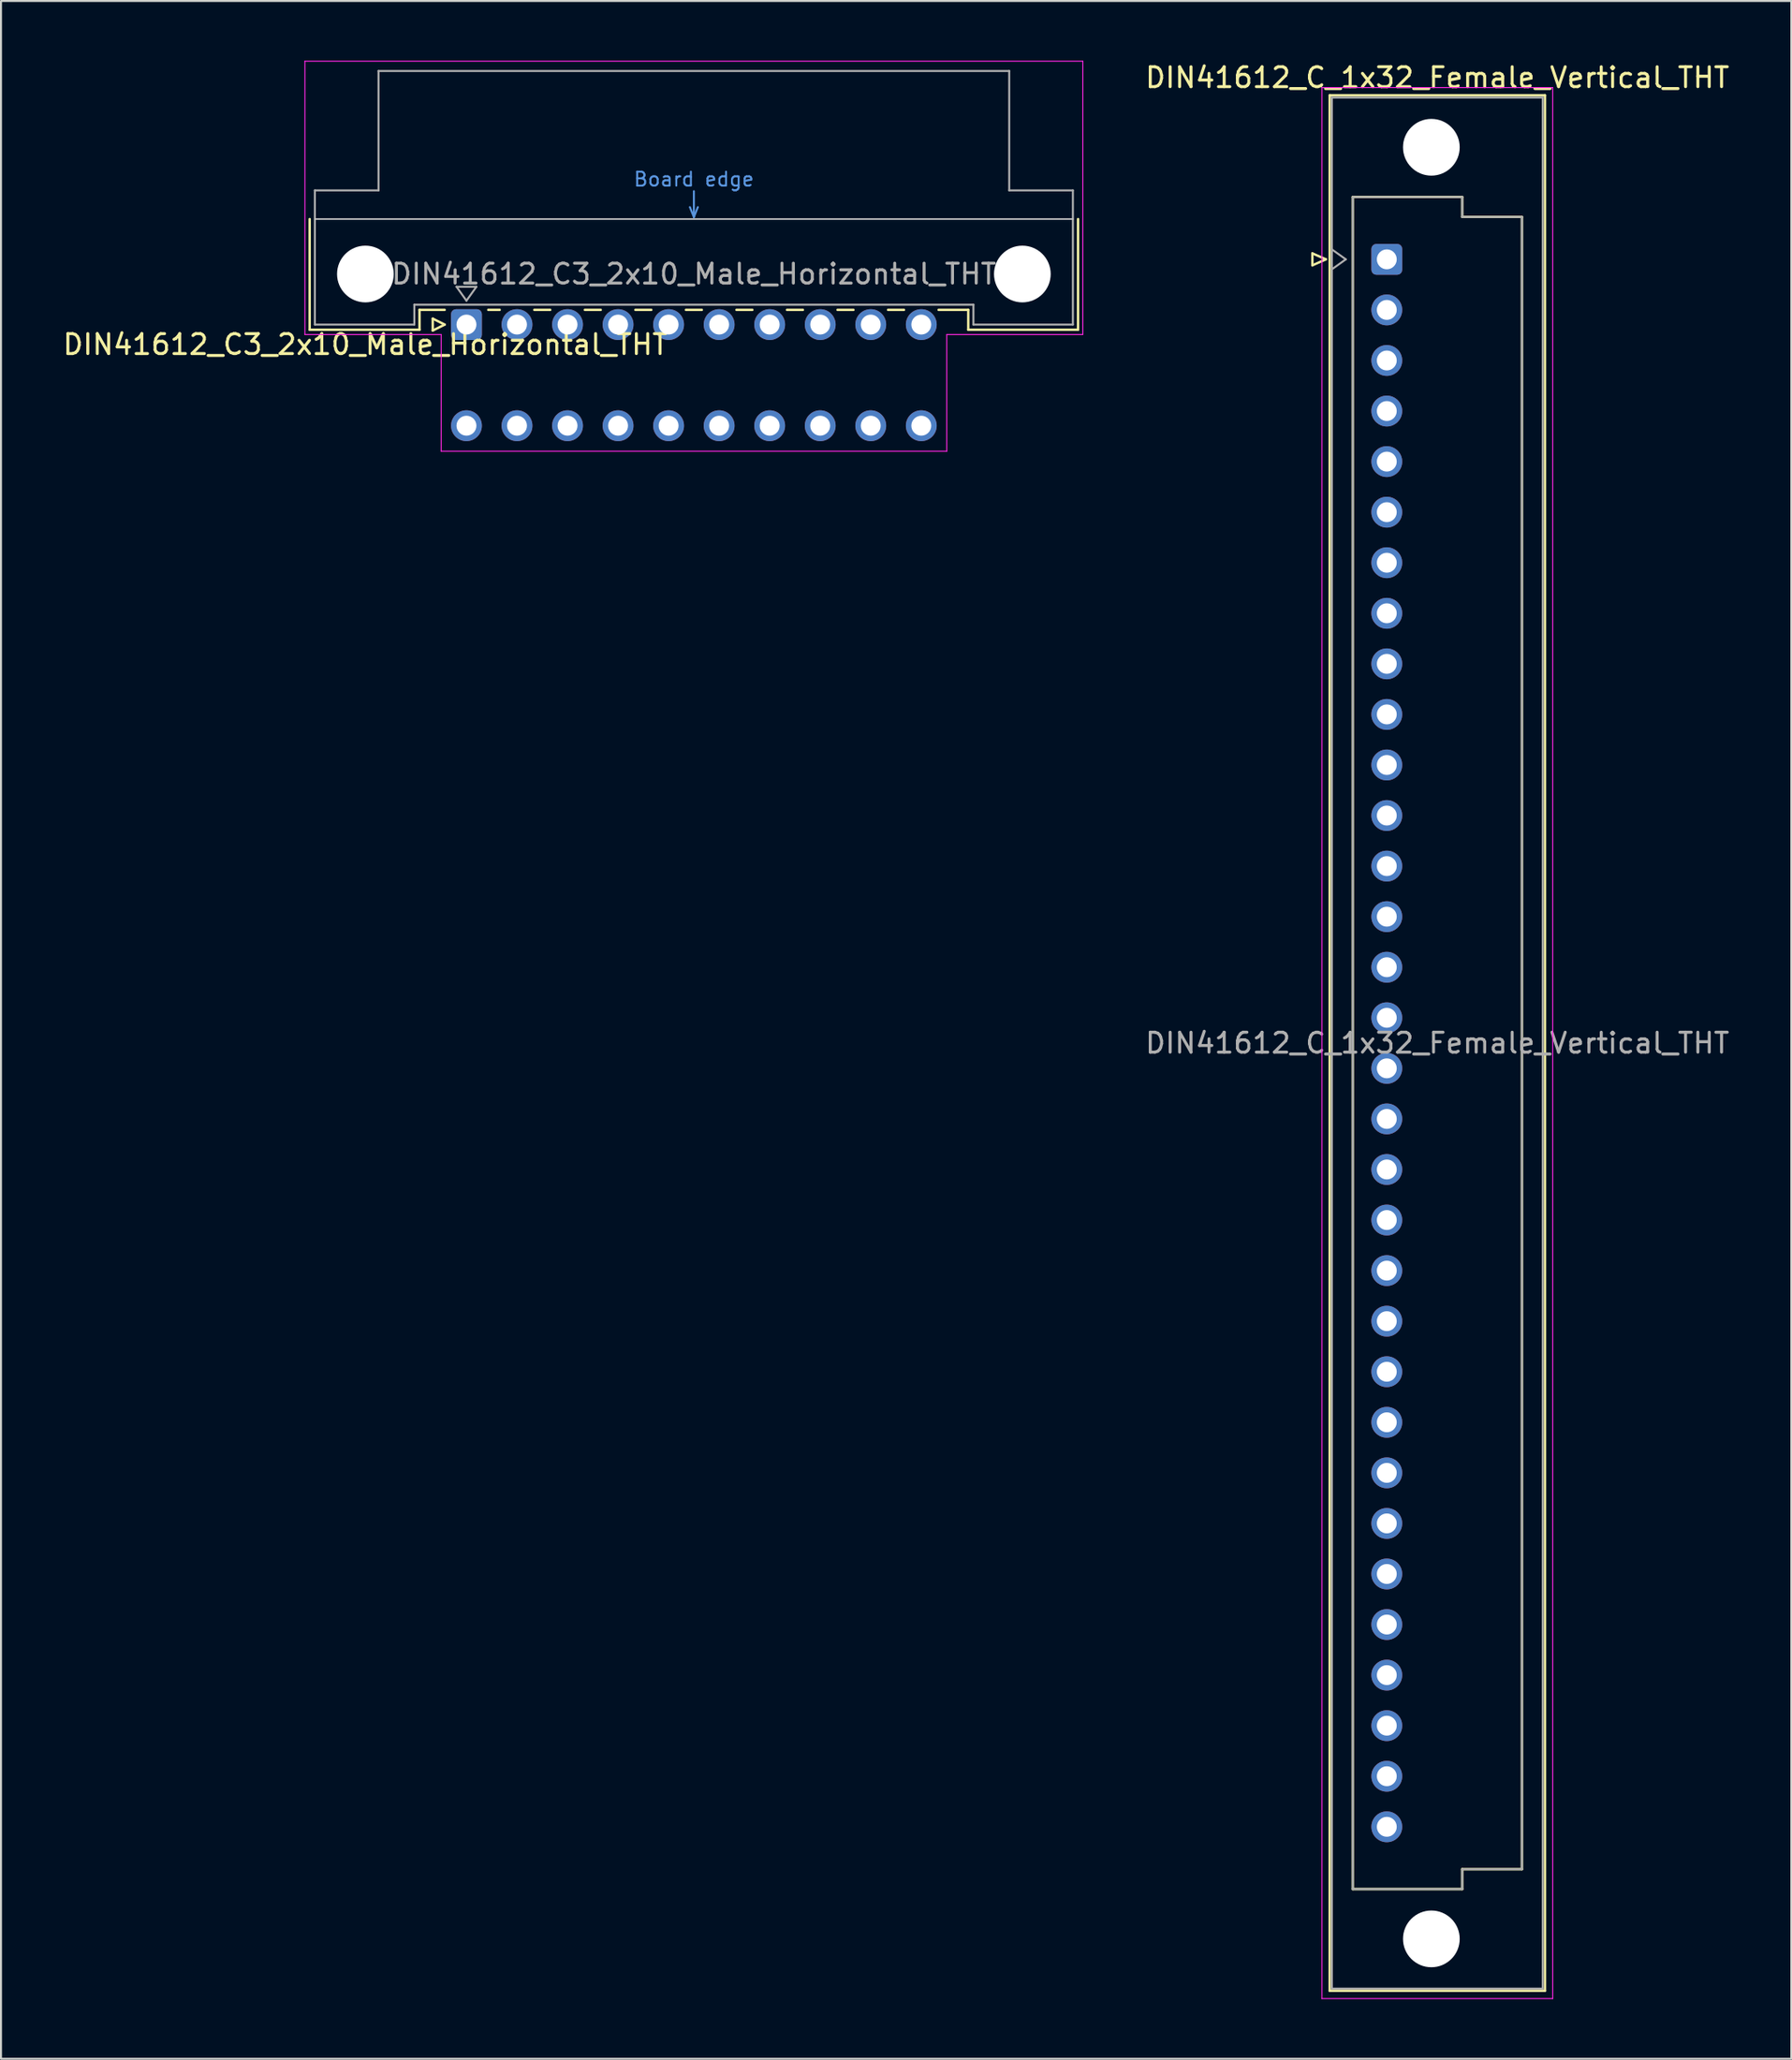
<source format=kicad_pcb>
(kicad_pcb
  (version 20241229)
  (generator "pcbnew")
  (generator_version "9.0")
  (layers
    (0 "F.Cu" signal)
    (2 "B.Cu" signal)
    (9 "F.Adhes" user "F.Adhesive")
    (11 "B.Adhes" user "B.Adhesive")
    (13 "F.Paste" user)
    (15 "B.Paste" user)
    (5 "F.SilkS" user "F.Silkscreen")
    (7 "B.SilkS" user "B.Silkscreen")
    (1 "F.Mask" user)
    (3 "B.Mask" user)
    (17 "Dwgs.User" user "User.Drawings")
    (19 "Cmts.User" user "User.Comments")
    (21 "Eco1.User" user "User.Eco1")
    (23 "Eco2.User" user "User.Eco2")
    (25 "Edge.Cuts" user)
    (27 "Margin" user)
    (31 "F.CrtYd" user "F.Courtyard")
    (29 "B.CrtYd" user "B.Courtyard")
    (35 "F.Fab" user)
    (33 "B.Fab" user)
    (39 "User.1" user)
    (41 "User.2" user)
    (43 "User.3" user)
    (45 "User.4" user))
  (footprint "DIN41612_C3_2x10_Male_Horizontal_THT"
    (layer "F.Cu")
    (at 20.395 13.255)
    (property "Reference" "DIN41612_C3_2x10_Male_Horizontal_THT" (at -5.08 1 0) (layer "F.SilkS") (effects (font (size 1 1) (thickness 0.15))))
    (attr through_hole)
    (fp_line (start -7.88 -5.3) (end -7.88 0.26) (stroke (width 0.12) (type solid)) (layer "F.SilkS"))
    (fp_line (start -7.88 0.26) (end -2.36 0.26) (stroke (width 0.12) (type solid)) (layer "F.SilkS"))
    (fp_line (start -2.361 -0.74) (end -1.095 -0.74) (stroke (width 0.12) (type solid)) (layer "F.SilkS"))
    (fp_line (start -2.36 0.26) (end -2.36 -0.74) (stroke (width 0.12) (type solid)) (layer "F.SilkS"))
    (fp_line (start -1.695 -0.3) (end -1.695 0.3) (stroke (width 0.12) (type solid)) (layer "F.SilkS"))
    (fp_line (start -1.695 0.3) (end -1.095 0) (stroke (width 0.12) (type solid)) (layer "F.SilkS"))
    (fp_line (start -1.095 0) (end -1.695 -0.3) (stroke (width 0.12) (type solid)) (layer "F.SilkS"))
    (fp_line (start 1.095 -0.74) (end 1.671 -0.74) (stroke (width 0.12) (type solid)) (layer "F.SilkS"))
    (fp_line (start 3.41 -0.74) (end 4.211 -0.74) (stroke (width 0.12) (type solid)) (layer "F.SilkS"))
    (fp_line (start 5.95 -0.74) (end 6.751 -0.74) (stroke (width 0.12) (type solid)) (layer "F.SilkS"))
    (fp_line (start 8.49 -0.74) (end 9.291 -0.74) (stroke (width 0.12) (type solid)) (layer "F.SilkS"))
    (fp_line (start 11.03 -0.74) (end 11.831 -0.74) (stroke (width 0.12) (type solid)) (layer "F.SilkS"))
    (fp_line (start 13.57 -0.74) (end 14.371 -0.74) (stroke (width 0.12) (type solid)) (layer "F.SilkS"))
    (fp_line (start 16.11 -0.74) (end 16.911 -0.74) (stroke (width 0.12) (type solid)) (layer "F.SilkS"))
    (fp_line (start 18.65 -0.74) (end 19.451 -0.74) (stroke (width 0.12) (type solid)) (layer "F.SilkS"))
    (fp_line (start 21.19 -0.74) (end 21.991 -0.74) (stroke (width 0.12) (type solid)) (layer "F.SilkS"))
    (fp_line (start 23.73 -0.74) (end 25.22 -0.74) (stroke (width 0.12) (type solid)) (layer "F.SilkS"))
    (fp_line (start 25.22 0.26) (end 25.22 -0.74) (stroke (width 0.12) (type solid)) (layer "F.SilkS"))
    (fp_line (start 30.74 -5.3) (end 30.74 0.26) (stroke (width 0.12) (type solid)) (layer "F.SilkS"))
    (fp_line (start 30.74 0.26) (end 25.22 0.26) (stroke (width 0.12) (type solid)) (layer "F.SilkS"))
    (fp_line (start -7.62 -5.3) (end 30.48 -5.3) (stroke (width 0.08) (type solid)) (layer "Dwgs.User"))
    (fp_line (start 11.23 -5.9) (end 11.43 -5.4) (stroke (width 0.1) (type solid)) (layer "Cmts.User"))
    (fp_line (start 11.43 -5.4) (end 11.43 -6.7) (stroke (width 0.1) (type solid)) (layer "Cmts.User"))
    (fp_line (start 11.43 -5.4) (end 11.63 -5.9) (stroke (width 0.1) (type solid)) (layer "Cmts.User"))
    (fp_line (start -8.12 -13.23) (end -8.12 0.5) (stroke (width 0.05) (type solid)) (layer "F.CrtYd"))
    (fp_line (start -8.12 0.5) (end -1.27 0.5) (stroke (width 0.05) (type solid)) (layer "F.CrtYd"))
    (fp_line (start -1.27 0.5) (end -1.27 6.36) (stroke (width 0.05) (type solid)) (layer "F.CrtYd"))
    (fp_line (start -1.27 6.36) (end 24.14 6.36) (stroke (width 0.05) (type solid)) (layer "F.CrtYd"))
    (fp_line (start 24.14 0.5) (end 30.98 0.5) (stroke (width 0.05) (type solid)) (layer "F.CrtYd"))
    (fp_line (start 24.14 6.36) (end 24.14 0.5) (stroke (width 0.05) (type solid)) (layer "F.CrtYd"))
    (fp_line (start 30.98 -13.23) (end -8.12 -13.23) (stroke (width 0.05) (type solid)) (layer "F.CrtYd"))
    (fp_line (start 30.98 0.5) (end 30.98 -13.23) (stroke (width 0.05) (type solid)) (layer "F.CrtYd"))
    (fp_line (start -7.62 -6.74) (end -7.62 0) (stroke (width 0.1) (type solid)) (layer "F.Fab"))
    (fp_line (start -7.62 0) (end -2.62 0) (stroke (width 0.1) (type solid)) (layer "F.Fab"))
    (fp_line (start -4.42 -12.74) (end -4.42 -6.74) (stroke (width 0.1) (type solid)) (layer "F.Fab"))
    (fp_line (start -4.42 -6.74) (end -7.62 -6.74) (stroke (width 0.1) (type solid)) (layer "F.Fab"))
    (fp_line (start -2.62 -1) (end 25.48 -1) (stroke (width 0.1) (type solid)) (layer "F.Fab"))
    (fp_line (start -2.62 0) (end -2.62 -1) (stroke (width 0.1) (type solid)) (layer "F.Fab"))
    (fp_line (start -0.5 -1.9) (end 0.5 -1.9) (stroke (width 0.1) (type solid)) (layer "F.Fab"))
    (fp_line (start 0 -1.2) (end -0.5 -1.9) (stroke (width 0.1) (type solid)) (layer "F.Fab"))
    (fp_line (start 0.5 -1.9) (end 0 -1.2) (stroke (width 0.1) (type solid)) (layer "F.Fab"))
    (fp_line (start 25.48 -1) (end 25.48 0) (stroke (width 0.1) (type solid)) (layer "F.Fab"))
    (fp_line (start 25.48 0) (end 30.48 0) (stroke (width 0.1) (type solid)) (layer "F.Fab"))
    (fp_line (start 27.28 -12.74) (end -4.42 -12.74) (stroke (width 0.1) (type solid)) (layer "F.Fab"))
    (fp_line (start 27.28 -6.74) (end 27.28 -12.74) (stroke (width 0.1) (type solid)) (layer "F.Fab"))
    (fp_line (start 30.48 -6.74) (end 27.28 -6.74) (stroke (width 0.1) (type solid)) (layer "F.Fab"))
    (fp_line (start 30.48 0) (end 30.48 -6.74) (stroke (width 0.1) (type solid)) (layer "F.Fab"))
    (fp_text user "Board edge" (at 11.43 -7.3 0) (layer "Cmts.User") (effects (font (size 0.7 0.7) (thickness 0.1))))
    (fp_text user "${REFERENCE}" (at 11.43 -2.54 0) (layer "F.Fab") (effects (font (size 1 1) (thickness 0.15))))
    (pad "" np_thru_hole circle (at -5.08 -2.54) (size 2.85 2.85) (drill 2.85) (layers "*.Cu" "*.Mask"))
    (pad "" np_thru_hole circle (at 27.94 -2.54) (size 2.85 2.85) (drill 2.85) (layers "*.Cu" "*.Mask"))
    (pad "a1" thru_hole roundrect (at 0 0) (size 1.55 1.55) (drill 1) (layers "*.Cu" "*.Mask") (roundrect_rratio 0.161))
    (pad "a2" thru_hole circle (at 2.54 0) (size 1.55 1.55) (drill 1) (layers "*.Cu" "*.Mask"))
    (pad "a3" thru_hole circle (at 5.08 0) (size 1.55 1.55) (drill 1) (layers "*.Cu" "*.Mask"))
    (pad "a4" thru_hole circle (at 7.62 0) (size 1.55 1.55) (drill 1) (layers "*.Cu" "*.Mask"))
    (pad "a5" thru_hole circle (at 10.16 0) (size 1.55 1.55) (drill 1) (layers "*.Cu" "*.Mask"))
    (pad "a6" thru_hole circle (at 12.7 0) (size 1.55 1.55) (drill 1) (layers "*.Cu" "*.Mask"))
    (pad "a7" thru_hole circle (at 15.24 0) (size 1.55 1.55) (drill 1) (layers "*.Cu" "*.Mask"))
    (pad "a8" thru_hole circle (at 17.78 0) (size 1.55 1.55) (drill 1) (layers "*.Cu" "*.Mask"))
    (pad "a9" thru_hole circle (at 20.32 0) (size 1.55 1.55) (drill 1) (layers "*.Cu" "*.Mask"))
    (pad "a10" thru_hole circle (at 22.86 0) (size 1.55 1.55) (drill 1) (layers "*.Cu" "*.Mask"))
    (pad "c1" thru_hole circle (at 0 5.08) (size 1.55 1.55) (drill 1) (layers "*.Cu" "*.Mask"))
    (pad "c2" thru_hole circle (at 2.54 5.08) (size 1.55 1.55) (drill 1) (layers "*.Cu" "*.Mask"))
    (pad "c3" thru_hole circle (at 5.08 5.08) (size 1.55 1.55) (drill 1) (layers "*.Cu" "*.Mask"))
    (pad "c4" thru_hole circle (at 7.62 5.08) (size 1.55 1.55) (drill 1) (layers "*.Cu" "*.Mask"))
    (pad "c5" thru_hole circle (at 10.16 5.08) (size 1.55 1.55) (drill 1) (layers "*.Cu" "*.Mask"))
    (pad "c6" thru_hole circle (at 12.7 5.08) (size 1.55 1.55) (drill 1) (layers "*.Cu" "*.Mask"))
    (pad "c7" thru_hole circle (at 15.24 5.08) (size 1.55 1.55) (drill 1) (layers "*.Cu" "*.Mask"))
    (pad "c8" thru_hole circle (at 17.78 5.08) (size 1.55 1.55) (drill 1) (layers "*.Cu" "*.Mask"))
    (pad "c9" thru_hole circle (at 20.32 5.08) (size 1.55 1.55) (drill 1) (layers "*.Cu" "*.Mask"))
    (pad "c10" thru_hole circle (at 22.86 5.08) (size 1.55 1.55) (drill 1) (layers "*.Cu" "*.Mask")))
  (footprint "DIN41612_C_1x32_Female_Vertical_THT"
    (layer "F.Cu")
    (at 66.652 9.978)
    (property "Reference" "DIN41612_C_1x32_Female_Vertical_THT" (at 2.54 -9.13 0) (layer "F.SilkS") (effects (font (size 1 1) (thickness 0.15))))
    (attr through_hole)
    (fp_line (start -3.74 -0.3) (end -3.74 0.3) (stroke (width 0.12) (type solid)) (layer "F.SilkS"))
    (fp_line (start -3.74 0.3) (end -3.06 0) (stroke (width 0.12) (type solid)) (layer "F.SilkS"))
    (fp_line (start -3.06 0) (end -3.74 -0.3) (stroke (width 0.12) (type solid)) (layer "F.SilkS"))
    (fp_line (start -2.87 -8.24) (end 7.95 -8.24) (stroke (width 0.12) (type solid)) (layer "F.SilkS"))
    (fp_line (start -2.87 86.98) (end -2.87 -8.24) (stroke (width 0.12) (type solid)) (layer "F.SilkS"))
    (fp_line (start -1.71 -3.131) (end 3.79 -3.131) (stroke (width 0.12) (type solid)) (layer "F.SilkS"))
    (fp_line (start -1.71 81.87) (end -1.71 -3.131) (stroke (width 0.12) (type solid)) (layer "F.SilkS"))
    (fp_line (start 3.79 -3.131) (end 3.79 -2.131) (stroke (width 0.12) (type solid)) (layer "F.SilkS"))
    (fp_line (start 3.79 -2.131) (end 6.79 -2.131) (stroke (width 0.12) (type solid)) (layer "F.SilkS"))
    (fp_line (start 3.79 80.87) (end 3.79 81.87) (stroke (width 0.12) (type solid)) (layer "F.SilkS"))
    (fp_line (start 3.79 81.87) (end -1.71 81.87) (stroke (width 0.12) (type solid)) (layer "F.SilkS"))
    (fp_line (start 6.79 -2.131) (end 6.79 80.87) (stroke (width 0.12) (type solid)) (layer "F.SilkS"))
    (fp_line (start 6.79 80.87) (end 3.79 80.87) (stroke (width 0.12) (type solid)) (layer "F.SilkS"))
    (fp_line (start 7.95 -8.24) (end 7.95 86.98) (stroke (width 0.12) (type solid)) (layer "F.SilkS"))
    (fp_line (start 7.95 86.98) (end -2.87 86.98) (stroke (width 0.12) (type solid)) (layer "F.SilkS"))
    (fp_line (start -3.26 -8.63) (end 8.34 -8.63) (stroke (width 0.05) (type solid)) (layer "F.CrtYd"))
    (fp_line (start -3.26 87.37) (end -3.26 -8.63) (stroke (width 0.05) (type solid)) (layer "F.CrtYd"))
    (fp_line (start 8.34 -8.63) (end 8.34 87.37) (stroke (width 0.05) (type solid)) (layer "F.CrtYd"))
    (fp_line (start 8.34 87.37) (end -3.26 87.37) (stroke (width 0.05) (type solid)) (layer "F.CrtYd"))
    (fp_line (start -2.76 -8.13) (end 7.84 -8.13) (stroke (width 0.1) (type solid)) (layer "F.Fab"))
    (fp_line (start -2.76 -0.5) (end -2.06 0) (stroke (width 0.1) (type solid)) (layer "F.Fab"))
    (fp_line (start -2.76 86.87) (end -2.76 -8.13) (stroke (width 0.1) (type solid)) (layer "F.Fab"))
    (fp_line (start -2.06 0) (end -2.76 0.5) (stroke (width 0.1) (type solid)) (layer "F.Fab"))
    (fp_line (start -1.71 -3.13) (end 3.79 -3.13) (stroke (width 0.1) (type solid)) (layer "F.Fab"))
    (fp_line (start -1.71 81.87) (end -1.71 -3.13) (stroke (width 0.1) (type solid)) (layer "F.Fab"))
    (fp_line (start 3.79 -3.13) (end 3.79 -2.13) (stroke (width 0.1) (type solid)) (layer "F.Fab"))
    (fp_line (start 3.79 -2.13) (end 6.79 -2.13) (stroke (width 0.1) (type solid)) (layer "F.Fab"))
    (fp_line (start 3.79 80.87) (end 3.79 81.87) (stroke (width 0.1) (type solid)) (layer "F.Fab"))
    (fp_line (start 3.79 81.87) (end -1.71 81.87) (stroke (width 0.1) (type solid)) (layer "F.Fab"))
    (fp_line (start 6.79 -2.13) (end 6.79 80.87) (stroke (width 0.1) (type solid)) (layer "F.Fab"))
    (fp_line (start 6.79 80.87) (end 3.79 80.87) (stroke (width 0.1) (type solid)) (layer "F.Fab"))
    (fp_line (start 7.84 -8.13) (end 7.84 86.87) (stroke (width 0.1) (type solid)) (layer "F.Fab"))
    (fp_line (start 7.84 86.87) (end -2.76 86.87) (stroke (width 0.1) (type solid)) (layer "F.Fab"))
    (fp_text user "${REFERENCE}" (at 2.54 39.37 0) (layer "F.Fab") (effects (font (size 1 1) (thickness 0.15))))
    (pad "" np_thru_hole circle (at 2.24 -5.63) (size 2.85 2.85) (drill 2.85) (layers "*.Cu" "*.Mask"))
    (pad "" np_thru_hole circle (at 2.24 84.37) (size 2.85 2.85) (drill 2.85) (layers "*.Cu" "*.Mask"))
    (pad "a1" thru_hole roundrect (at 0 0) (size 1.55 1.55) (drill 1) (layers "*.Cu" "*.Mask") (roundrect_rratio 0.161))
    (pad "a2" thru_hole circle (at 0 2.54) (size 1.55 1.55) (drill 1) (layers "*.Cu" "*.Mask"))
    (pad "a3" thru_hole circle (at 0 5.08) (size 1.55 1.55) (drill 1) (layers "*.Cu" "*.Mask"))
    (pad "a4" thru_hole circle (at 0 7.62) (size 1.55 1.55) (drill 1) (layers "*.Cu" "*.Mask"))
    (pad "a5" thru_hole circle (at 0 10.16) (size 1.55 1.55) (drill 1) (layers "*.Cu" "*.Mask"))
    (pad "a6" thru_hole circle (at 0 12.7) (size 1.55 1.55) (drill 1) (layers "*.Cu" "*.Mask"))
    (pad "a7" thru_hole circle (at 0 15.24) (size 1.55 1.55) (drill 1) (layers "*.Cu" "*.Mask"))
    (pad "a8" thru_hole circle (at 0 17.78) (size 1.55 1.55) (drill 1) (layers "*.Cu" "*.Mask"))
    (pad "a9" thru_hole circle (at 0 20.32) (size 1.55 1.55) (drill 1) (layers "*.Cu" "*.Mask"))
    (pad "a10" thru_hole circle (at 0 22.86) (size 1.55 1.55) (drill 1) (layers "*.Cu" "*.Mask"))
    (pad "a11" thru_hole circle (at 0 25.4) (size 1.55 1.55) (drill 1) (layers "*.Cu" "*.Mask"))
    (pad "a12" thru_hole circle (at 0 27.94) (size 1.55 1.55) (drill 1) (layers "*.Cu" "*.Mask"))
    (pad "a13" thru_hole circle (at 0 30.48) (size 1.55 1.55) (drill 1) (layers "*.Cu" "*.Mask"))
    (pad "a14" thru_hole circle (at 0 33.02) (size 1.55 1.55) (drill 1) (layers "*.Cu" "*.Mask"))
    (pad "a15" thru_hole circle (at 0 35.56) (size 1.55 1.55) (drill 1) (layers "*.Cu" "*.Mask"))
    (pad "a16" thru_hole circle (at 0 38.1) (size 1.55 1.55) (drill 1) (layers "*.Cu" "*.Mask"))
    (pad "a17" thru_hole circle (at 0 40.64) (size 1.55 1.55) (drill 1) (layers "*.Cu" "*.Mask"))
    (pad "a18" thru_hole circle (at 0 43.18) (size 1.55 1.55) (drill 1) (layers "*.Cu" "*.Mask"))
    (pad "a19" thru_hole circle (at 0 45.72) (size 1.55 1.55) (drill 1) (layers "*.Cu" "*.Mask"))
    (pad "a20" thru_hole circle (at 0 48.26) (size 1.55 1.55) (drill 1) (layers "*.Cu" "*.Mask"))
    (pad "a21" thru_hole circle (at 0 50.8) (size 1.55 1.55) (drill 1) (layers "*.Cu" "*.Mask"))
    (pad "a22" thru_hole circle (at 0 53.34) (size 1.55 1.55) (drill 1) (layers "*.Cu" "*.Mask"))
    (pad "a23" thru_hole circle (at 0 55.88) (size 1.55 1.55) (drill 1) (layers "*.Cu" "*.Mask"))
    (pad "a24" thru_hole circle (at 0 58.42) (size 1.55 1.55) (drill 1) (layers "*.Cu" "*.Mask"))
    (pad "a25" thru_hole circle (at 0 60.96) (size 1.55 1.55) (drill 1) (layers "*.Cu" "*.Mask"))
    (pad "a26" thru_hole circle (at 0 63.5) (size 1.55 1.55) (drill 1) (layers "*.Cu" "*.Mask"))
    (pad "a27" thru_hole circle (at 0 66.04) (size 1.55 1.55) (drill 1) (layers "*.Cu" "*.Mask"))
    (pad "a28" thru_hole circle (at 0 68.58) (size 1.55 1.55) (drill 1) (layers "*.Cu" "*.Mask"))
    (pad "a29" thru_hole circle (at 0 71.12) (size 1.55 1.55) (drill 1) (layers "*.Cu" "*.Mask"))
    (pad "a30" thru_hole circle (at 0 73.66) (size 1.55 1.55) (drill 1) (layers "*.Cu" "*.Mask"))
    (pad "a31" thru_hole circle (at 0 76.2) (size 1.55 1.55) (drill 1) (layers "*.Cu" "*.Mask"))
    (pad "a32" thru_hole circle (at 0 78.74) (size 1.55 1.55) (drill 1) (layers "*.Cu" "*.Mask")))
  (gr_rect
    (start -3 -3)
    (end 86.984 100.373)
    (stroke (width 0.1) (type default))
    (fill no)
    (layer "Edge.Cuts")))
</source>
